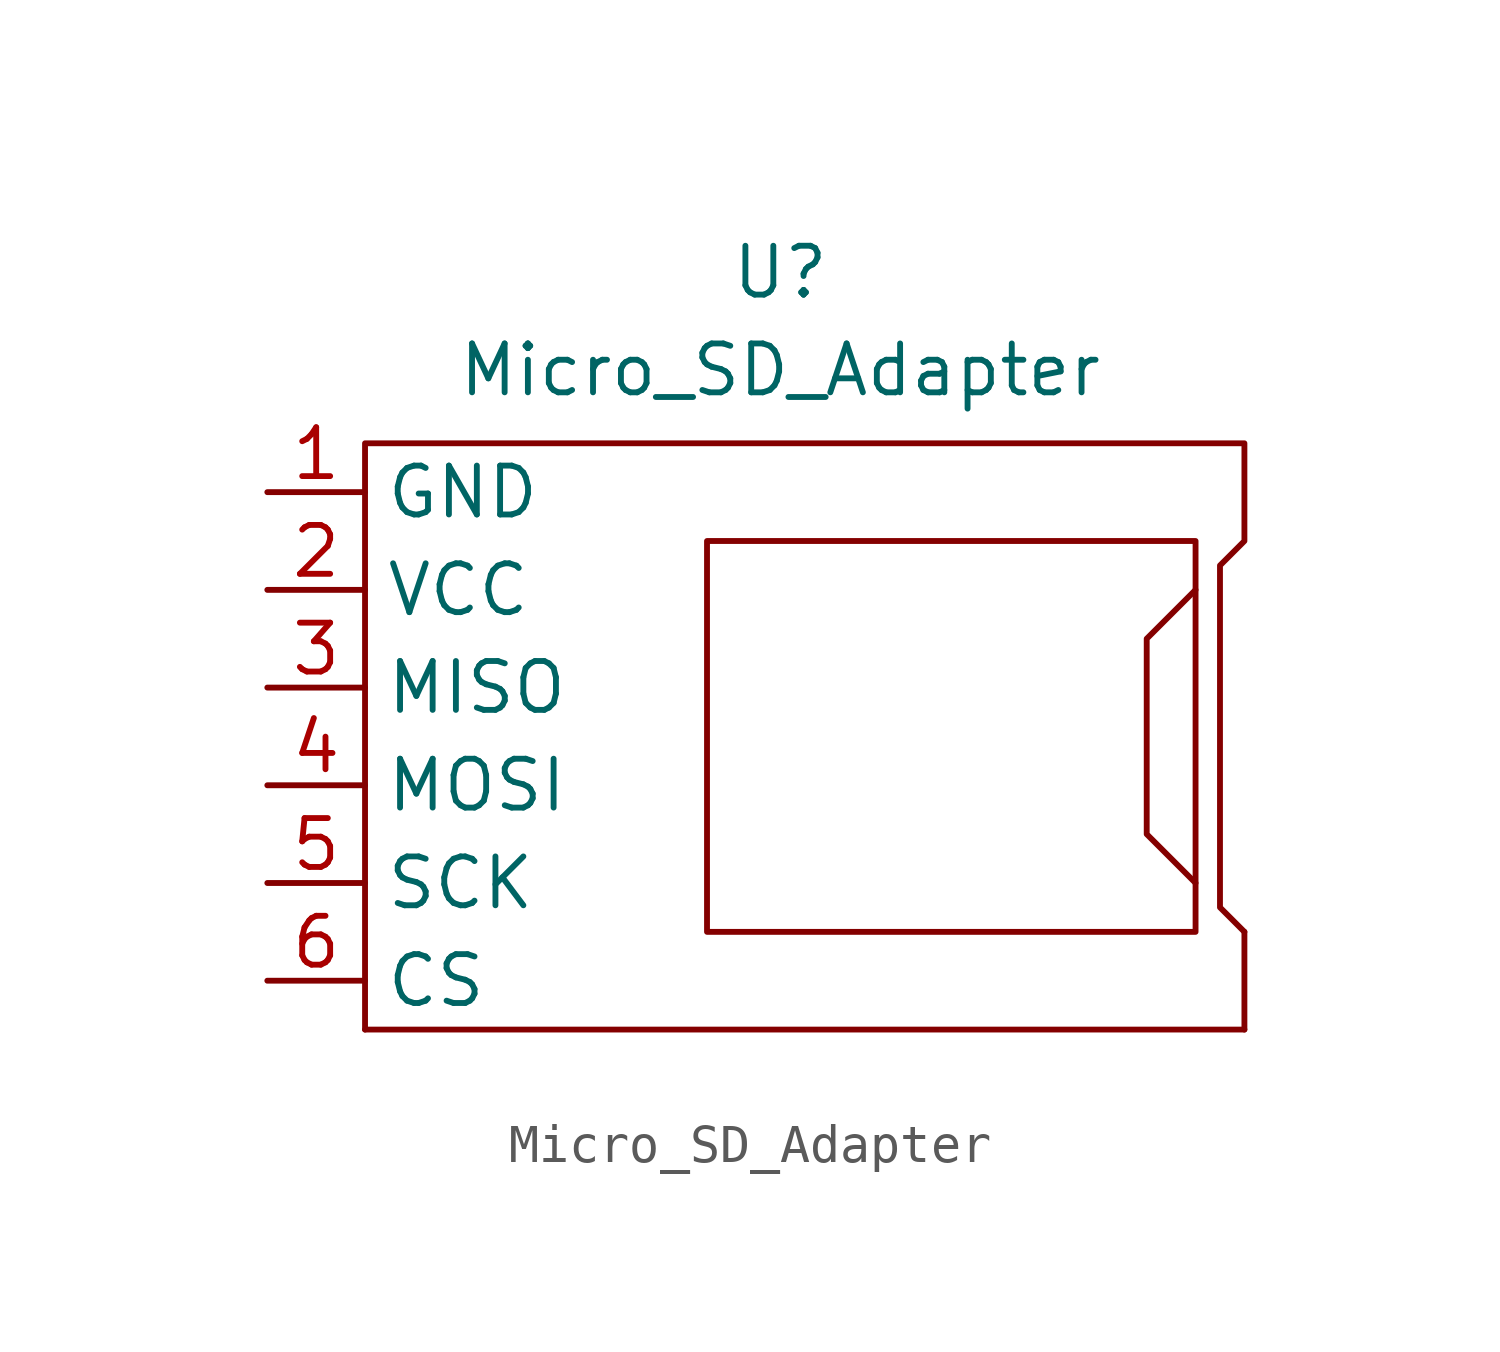
<source format=kicad_sym>
(kicad_symbol_lib
  (version 20211014)
  (generator kicad_symbol_editor)
  (symbol "Micro_SD_Adapter"
    (property "Reference" "U"
      (at 0 12.065 0)
      (effects (font (size 1.27 1.27))))
    (property "Value" "Micro_SD_Adapter"
      (at 0 9.525 0)
      (effects (font (size 1.27 1.27))))
    (symbol "Micro_SD_Adapter_0_1"
      (polyline (pts (xy -10.795 -7.62) (xy 12.065 -7.62)) (stroke (width 0.152) (type default) (color 0 0 0 0)) (fill (type none)))
      (polyline (pts (xy 12.065 -5.08) (xy 12.065 -7.62)) (stroke (width 0.152) (type default) (color 0 0 0 0)) (fill (type none)))
      (polyline (pts (xy 10.795 -3.81) (xy 9.525 -2.54) (xy 9.525 2.54) (xy 10.795 3.81)) (stroke (width 0.152) (type default) (color 0 0 0 0)) (fill (type none)))
      (polyline (pts (xy -10.795 -7.62) (xy -10.795 7.62) (xy 12.065 7.62) (xy 12.065 5.08) (xy 11.43 4.445) (xy 11.43 -4.445) (xy 12.065 -5.08)) (stroke (width 0.152) (type default) (color 0 0 0 0)) (fill (type none)))
      (rectangle (start 10.795 5.08) (end -1.905 -5.08) (stroke (width 0.152) (type default) (color 0 0 0 0)) (fill (type none))))
    (symbol "Micro_SD_Adapter_1_1"
      (pin output line (at -13.335 6.35 0) (length 2.54) (name "GND" (effects (font (size 1.27 1.27)))) (number "1" (effects (font (size 1.27 1.27)))))
      (pin output line (at -13.335 3.81 0) (length 2.54) (name "VCC" (effects (font (size 1.27 1.27)))) (number "2" (effects (font (size 1.27 1.27)))))
      (pin output line (at -13.335 1.27 0) (length 2.54) (name "MISO" (effects (font (size 1.27 1.27)))) (number "3" (effects (font (size 1.27 1.27)))))
      (pin output line (at -13.335 -1.27 0) (length 2.54) (name "MOSI" (effects (font (size 1.27 1.27)))) (number "4" (effects (font (size 1.27 1.27)))))
      (pin output line (at -13.335 -3.81 0) (length 2.54) (name "SCK" (effects (font (size 1.27 1.27)))) (number "5" (effects (font (size 1.27 1.27)))))
      (pin output line (at -13.335 -6.35 0) (length 2.54) (name "CS" (effects (font (size 1.27 1.27)))) (number "6" (effects (font (size 1.27 1.27))))))))
</source>
